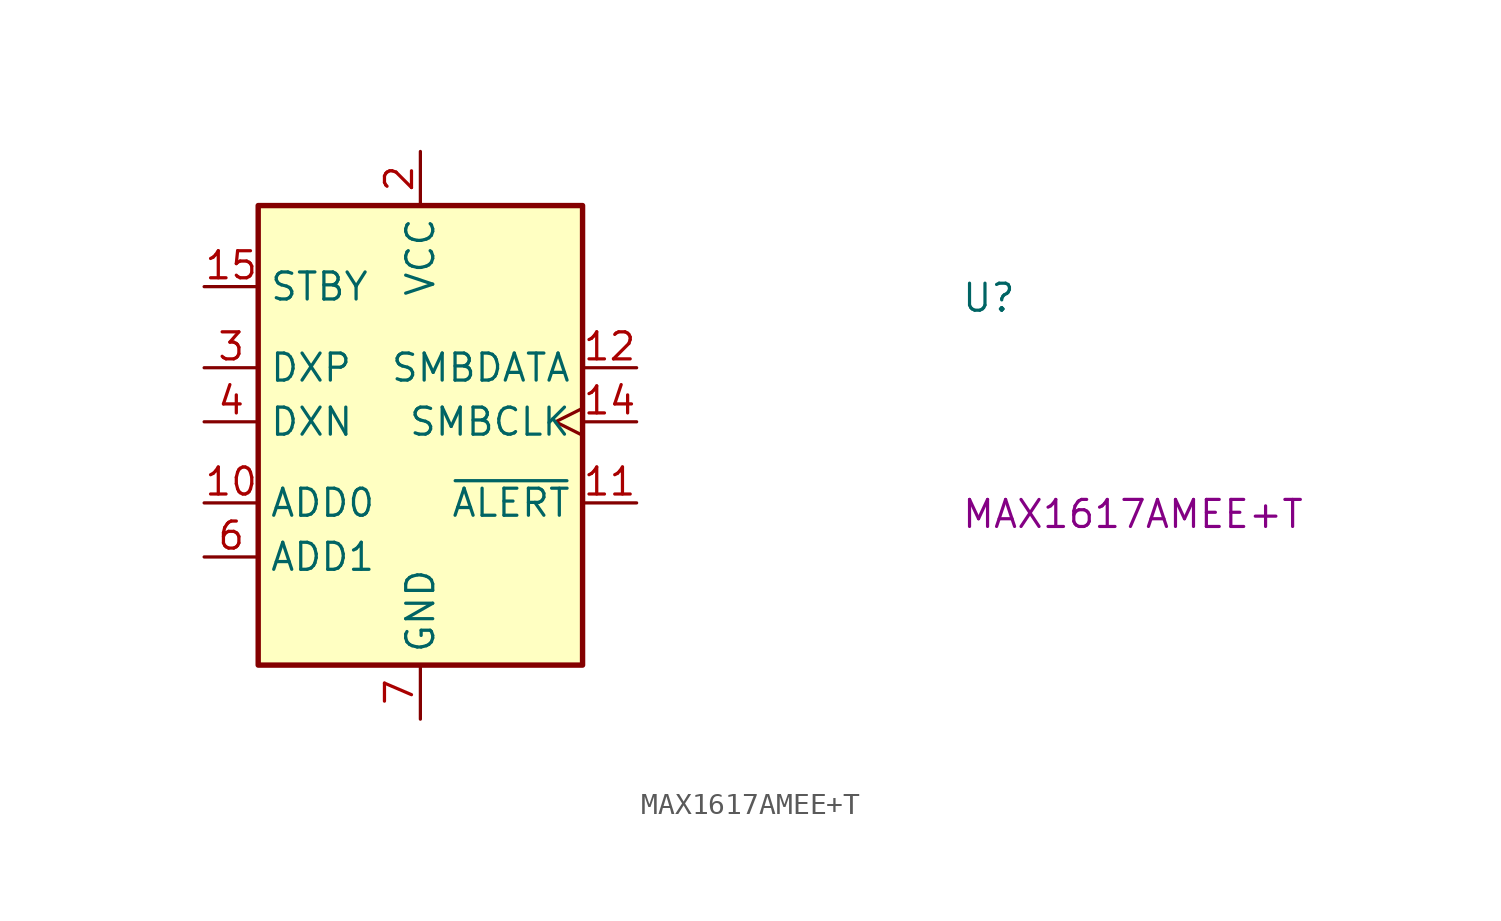
<source format=kicad_sym>
(kicad_symbol_lib
  (version 20220914)
  (generator kicad_symbol_editor)
  (symbol "MAX1617AMEE+T"
    (property "Reference" "U"
      (at 35.56 -7.62 0)
      (effects (font (size 1.27 1.27) (thickness 0.15)) (justify left bottom)))
    (property "MPN" "MAX1617AMEE+T"
      (at 35.56 -17.78 0)
      (effects (font (size 1.27 1.27) (thickness 0.15)) (justify left bottom)))
    (symbol "MAX1617AMEE+T_1_1"
      (rectangle (start 2.54 -2.54) (end 17.78 -24.13) (stroke (width 0.254) (type default)) (fill (type background)))
      (pin no_connect line (at 20.32 -21.59 180) (length 2.54) hide (name "NC" (effects (font (size 1.27 1.27)))) (number "1" (effects (font (size 1.27 1.27)))))
      (pin input line (at 0 -16.51 0) (length 2.54) (name "ADD0" (effects (font (size 1.27 1.27)))) (number "10" (effects (font (size 1.27 1.27)))))
      (pin output line (at 20.32 -16.51 180) (length 2.54) (name "~{ALERT}" (effects (font (size 1.27 1.27)))) (number "11" (effects (font (size 1.27 1.27)))))
      (pin bidirectional line (at 20.32 -10.16 180) (length 2.54) (name "SMBDATA" (effects (font (size 1.27 1.27)))) (number "12" (effects (font (size 1.27 1.27)))))
      (pin no_connect line (at 20.32 -21.59 180) (length 2.54) hide (name "NC" (effects (font (size 1.27 1.27)))) (number "13" (effects (font (size 1.27 1.27)))))
      (pin input clock (at 20.32 -12.7 180) (length 2.54) (name "SMBCLK" (effects (font (size 1.27 1.27)))) (number "14" (effects (font (size 1.27 1.27)))))
      (pin input line (at 0 -6.35 0) (length 2.54) (name "STBY" (effects (font (size 1.27 1.27)))) (number "15" (effects (font (size 1.27 1.27)))))
      (pin no_connect line (at 20.32 -21.59 180) (length 2.54) hide (name "NC" (effects (font (size 1.27 1.27)))) (number "16" (effects (font (size 1.27 1.27)))))
      (pin power_in line (at 10.16 0 270) (length 2.54) (name "VCC" (effects (font (size 1.27 1.27)))) (number "2" (effects (font (size 1.27 1.27)))))
      (pin input line (at 0 -10.16 0) (length 2.54) (name "DXP" (effects (font (size 1.27 1.27)))) (number "3" (effects (font (size 1.27 1.27)))))
      (pin input line (at 0 -12.7 0) (length 2.54) (name "DXN" (effects (font (size 1.27 1.27)))) (number "4" (effects (font (size 1.27 1.27)))))
      (pin no_connect line (at 20.32 -21.59 180) (length 2.54) hide (name "NC" (effects (font (size 1.27 1.27)))) (number "5" (effects (font (size 1.27 1.27)))))
      (pin input line (at 0 -19.05 0) (length 2.54) (name "ADD1" (effects (font (size 1.27 1.27)))) (number "6" (effects (font (size 1.27 1.27)))))
      (pin power_in line (at 10.16 -26.67 90) (length 2.54) (name "GND" (effects (font (size 1.27 1.27)))) (number "7" (effects (font (size 1.27 1.27)))))
      (pin passive line (at 10.16 -26.67 90) (length 2.54) hide (name "GND" (effects (font (size 1.27 1.27)))) (number "8" (effects (font (size 1.27 1.27)))))
      (pin no_connect line (at 20.32 -21.59 180) (length 2.54) hide (name "NC" (effects (font (size 1.27 1.27)))) (number "9" (effects (font (size 1.27 1.27))))))))
</source>
